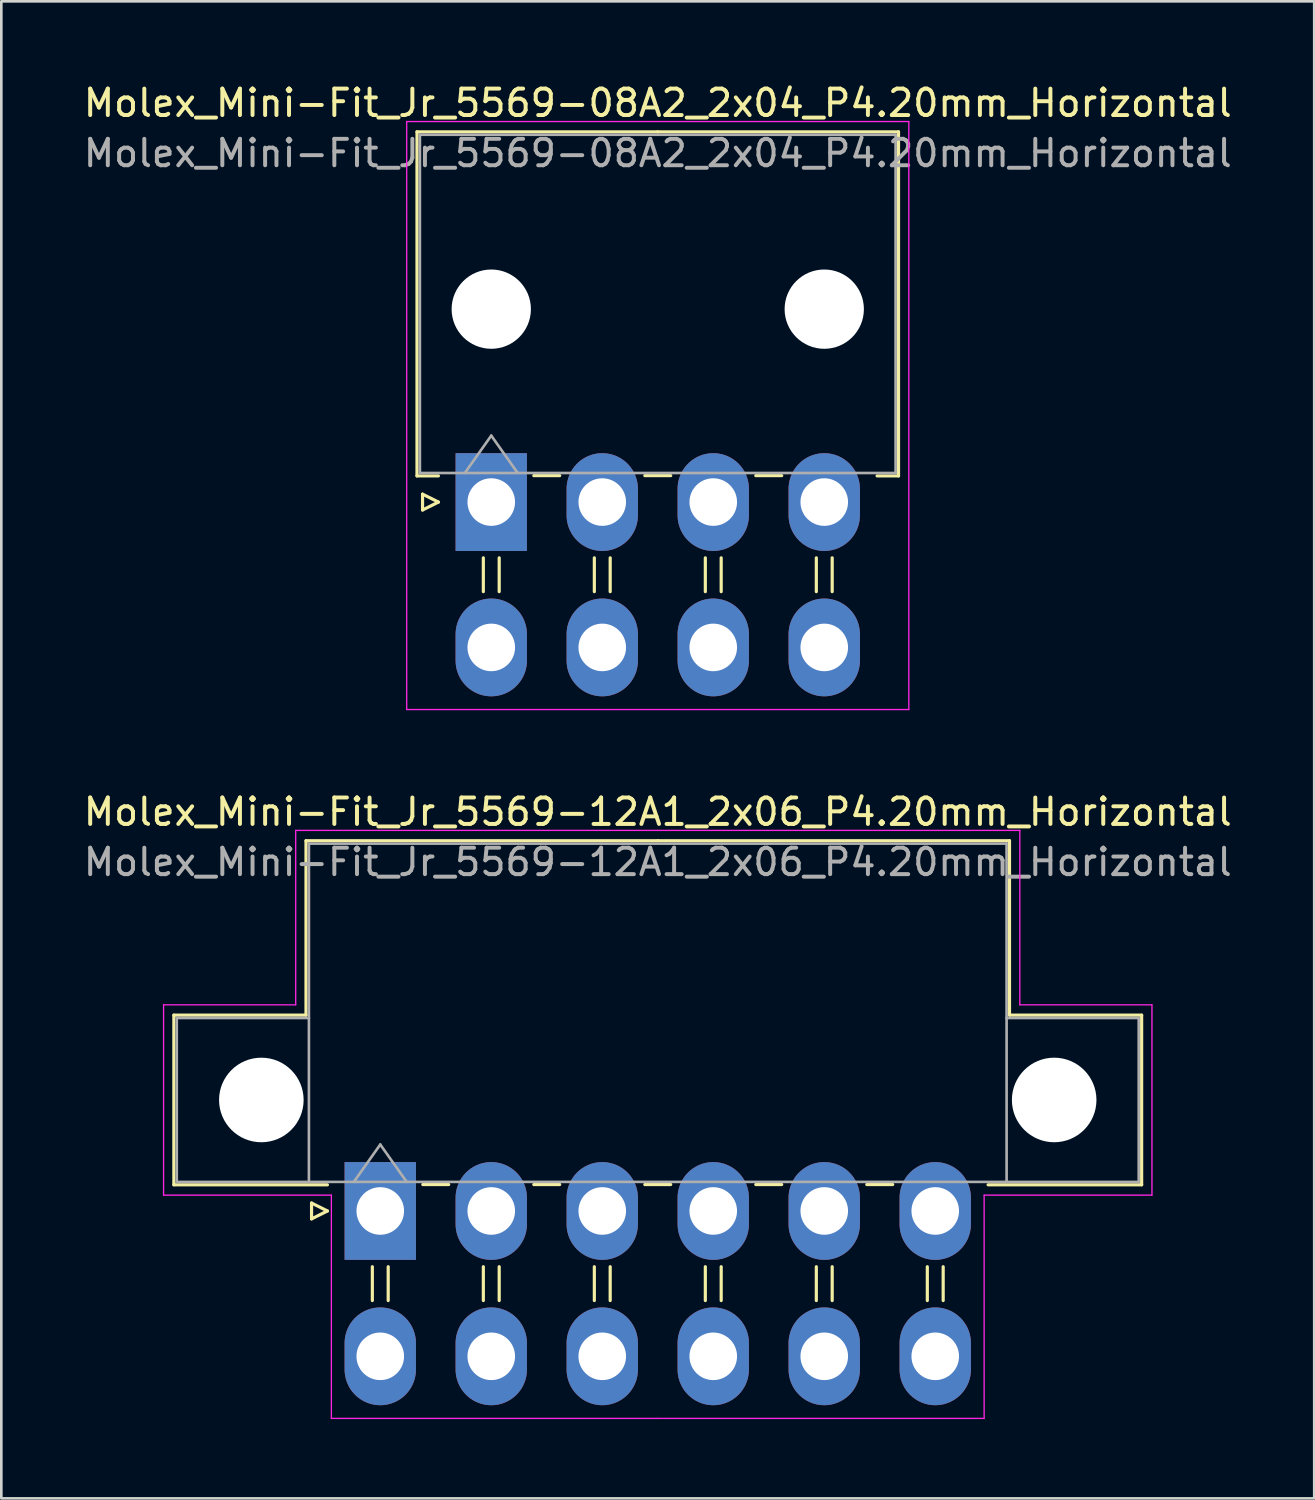
<source format=kicad_pcb>
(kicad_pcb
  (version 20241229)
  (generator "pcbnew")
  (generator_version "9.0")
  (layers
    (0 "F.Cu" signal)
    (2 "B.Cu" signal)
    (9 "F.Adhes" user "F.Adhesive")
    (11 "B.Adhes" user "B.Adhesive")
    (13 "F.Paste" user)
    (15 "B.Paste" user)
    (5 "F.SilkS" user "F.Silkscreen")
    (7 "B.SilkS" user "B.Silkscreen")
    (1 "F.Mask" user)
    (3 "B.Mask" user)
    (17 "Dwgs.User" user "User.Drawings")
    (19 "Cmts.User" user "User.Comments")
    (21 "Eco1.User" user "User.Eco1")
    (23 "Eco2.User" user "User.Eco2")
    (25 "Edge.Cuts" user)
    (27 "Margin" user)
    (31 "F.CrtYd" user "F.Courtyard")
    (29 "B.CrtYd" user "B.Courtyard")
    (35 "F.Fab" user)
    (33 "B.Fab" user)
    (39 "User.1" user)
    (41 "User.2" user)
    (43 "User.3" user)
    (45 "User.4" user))
  (footprint "Molex_Mini-Fit_Jr_5569-12A1_2x06_P4.20mm_Horizontal"
    (layer "F.Cu")
    (at 11.339 42.772)
    (property "Reference" "Molex_Mini-Fit_Jr_5569-12A1_2x06_P4.20mm_Horizontal" (at 10.5 -15.1 0) (layer "F.SilkS") (effects (font (size 1 1) (thickness 0.15))))
    (attr through_hole)
    (fp_line (start -7.81 -7.41) (end -7.81 -0.99) (stroke (width 0.12) (type solid)) (layer "F.SilkS"))
    (fp_line (start -7.81 -0.99) (end -2 -0.99) (stroke (width 0.12) (type solid)) (layer "F.SilkS"))
    (fp_line (start -2.81 -14.01) (end -2.81 -7.41) (stroke (width 0.12) (type solid)) (layer "F.SilkS"))
    (fp_line (start -2.81 -7.41) (end -7.81 -7.41) (stroke (width 0.12) (type solid)) (layer "F.SilkS"))
    (fp_line (start -2.6 -0.3) (end -2 0) (stroke (width 0.12) (type solid)) (layer "F.SilkS"))
    (fp_line (start -2.6 0.3) (end -2.6 -0.3) (stroke (width 0.12) (type solid)) (layer "F.SilkS"))
    (fp_line (start -2 0) (end -2.6 0.3) (stroke (width 0.12) (type solid)) (layer "F.SilkS"))
    (fp_line (start -0.3 2.11) (end -0.3 3.39) (stroke (width 0.12) (type solid)) (layer "F.SilkS"))
    (fp_line (start 0.3 2.11) (end 0.3 3.39) (stroke (width 0.12) (type solid)) (layer "F.SilkS"))
    (fp_line (start 1.61 -1) (end 2.59 -1) (stroke (width 0.12) (type solid)) (layer "F.SilkS"))
    (fp_line (start 3.9 2.11) (end 3.9 3.39) (stroke (width 0.12) (type solid)) (layer "F.SilkS"))
    (fp_line (start 4.5 2.11) (end 4.5 3.39) (stroke (width 0.12) (type solid)) (layer "F.SilkS"))
    (fp_line (start 5.81 -1) (end 6.79 -1) (stroke (width 0.12) (type solid)) (layer "F.SilkS"))
    (fp_line (start 8.1 2.11) (end 8.1 3.39) (stroke (width 0.12) (type solid)) (layer "F.SilkS"))
    (fp_line (start 8.7 2.11) (end 8.7 3.39) (stroke (width 0.12) (type solid)) (layer "F.SilkS"))
    (fp_line (start 10.01 -1) (end 10.99 -1) (stroke (width 0.12) (type solid)) (layer "F.SilkS"))
    (fp_line (start 10.5 -14.01) (end -2.81 -14.01) (stroke (width 0.12) (type solid)) (layer "F.SilkS"))
    (fp_line (start 10.5 -14.01) (end 23.81 -14.01) (stroke (width 0.12) (type solid)) (layer "F.SilkS"))
    (fp_line (start 12.3 2.11) (end 12.3 3.39) (stroke (width 0.12) (type solid)) (layer "F.SilkS"))
    (fp_line (start 12.9 2.11) (end 12.9 3.39) (stroke (width 0.12) (type solid)) (layer "F.SilkS"))
    (fp_line (start 14.21 -1) (end 15.19 -1) (stroke (width 0.12) (type solid)) (layer "F.SilkS"))
    (fp_line (start 16.5 2.11) (end 16.5 3.39) (stroke (width 0.12) (type solid)) (layer "F.SilkS"))
    (fp_line (start 17.1 2.11) (end 17.1 3.39) (stroke (width 0.12) (type solid)) (layer "F.SilkS"))
    (fp_line (start 18.41 -1) (end 19.39 -1) (stroke (width 0.12) (type solid)) (layer "F.SilkS"))
    (fp_line (start 20.7 2.11) (end 20.7 3.39) (stroke (width 0.12) (type solid)) (layer "F.SilkS"))
    (fp_line (start 21.3 2.11) (end 21.3 3.39) (stroke (width 0.12) (type solid)) (layer "F.SilkS"))
    (fp_line (start 23.81 -14.01) (end 23.81 -7.41) (stroke (width 0.12) (type solid)) (layer "F.SilkS"))
    (fp_line (start 23.81 -7.41) (end 28.81 -7.41) (stroke (width 0.12) (type solid)) (layer "F.SilkS"))
    (fp_line (start 28.81 -7.41) (end 28.81 -0.99) (stroke (width 0.12) (type solid)) (layer "F.SilkS"))
    (fp_line (start 28.81 -0.99) (end 23 -0.99) (stroke (width 0.12) (type solid)) (layer "F.SilkS"))
    (fp_line (start -8.2 -7.8) (end -8.2 -0.6) (stroke (width 0.05) (type solid)) (layer "F.CrtYd"))
    (fp_line (start -8.2 -0.6) (end -1.85 -0.6) (stroke (width 0.05) (type solid)) (layer "F.CrtYd"))
    (fp_line (start -3.2 -14.4) (end -3.2 -7.8) (stroke (width 0.05) (type solid)) (layer "F.CrtYd"))
    (fp_line (start -3.2 -7.8) (end -8.2 -7.8) (stroke (width 0.05) (type solid)) (layer "F.CrtYd"))
    (fp_line (start -1.85 -0.6) (end -1.85 7.85) (stroke (width 0.05) (type solid)) (layer "F.CrtYd"))
    (fp_line (start -1.85 7.85) (end 10.5 7.85) (stroke (width 0.05) (type solid)) (layer "F.CrtYd"))
    (fp_line (start 10.5 -14.4) (end -3.2 -14.4) (stroke (width 0.05) (type solid)) (layer "F.CrtYd"))
    (fp_line (start 10.5 -14.4) (end 24.2 -14.4) (stroke (width 0.05) (type solid)) (layer "F.CrtYd"))
    (fp_line (start 22.85 -0.6) (end 22.85 7.85) (stroke (width 0.05) (type solid)) (layer "F.CrtYd"))
    (fp_line (start 22.85 7.85) (end 10.5 7.85) (stroke (width 0.05) (type solid)) (layer "F.CrtYd"))
    (fp_line (start 24.2 -14.4) (end 24.2 -7.8) (stroke (width 0.05) (type solid)) (layer "F.CrtYd"))
    (fp_line (start 24.2 -7.8) (end 29.2 -7.8) (stroke (width 0.05) (type solid)) (layer "F.CrtYd"))
    (fp_line (start 29.2 -7.8) (end 29.2 -0.6) (stroke (width 0.05) (type solid)) (layer "F.CrtYd"))
    (fp_line (start 29.2 -0.6) (end 22.85 -0.6) (stroke (width 0.05) (type solid)) (layer "F.CrtYd"))
    (fp_line (start -7.7 -7.3) (end -7.7 -1.1) (stroke (width 0.1) (type solid)) (layer "F.Fab"))
    (fp_line (start -7.7 -1.1) (end -2.7 -1.1) (stroke (width 0.1) (type solid)) (layer "F.Fab"))
    (fp_line (start -2.7 -13.9) (end -2.7 -1.1) (stroke (width 0.1) (type solid)) (layer "F.Fab"))
    (fp_line (start -2.7 -7.3) (end -7.7 -7.3) (stroke (width 0.1) (type solid)) (layer "F.Fab"))
    (fp_line (start -2.7 -1.1) (end 23.7 -1.1) (stroke (width 0.1) (type solid)) (layer "F.Fab"))
    (fp_line (start -1 -1.1) (end 0 -2.514) (stroke (width 0.1) (type solid)) (layer "F.Fab"))
    (fp_line (start 0 -2.514) (end 1 -1.1) (stroke (width 0.1) (type solid)) (layer "F.Fab"))
    (fp_line (start 23.7 -13.9) (end -2.7 -13.9) (stroke (width 0.1) (type solid)) (layer "F.Fab"))
    (fp_line (start 23.7 -7.3) (end 28.7 -7.3) (stroke (width 0.1) (type solid)) (layer "F.Fab"))
    (fp_line (start 23.7 -1.1) (end 23.7 -13.9) (stroke (width 0.1) (type solid)) (layer "F.Fab"))
    (fp_line (start 28.7 -7.3) (end 28.7 -1.1) (stroke (width 0.1) (type solid)) (layer "F.Fab"))
    (fp_line (start 28.7 -1.1) (end 23.7 -1.1) (stroke (width 0.1) (type solid)) (layer "F.Fab"))
    (fp_text user "${REFERENCE}" (at 10.5 -13.2 0) (layer "F.Fab") (effects (font (size 1 1) (thickness 0.15))))
    (pad "" np_thru_hole circle (at -4.5 -4.2) (size 3.2 3.2) (drill 3.2) (layers "*.Cu" "*.Mask"))
    (pad "" np_thru_hole circle (at 25.5 -4.2) (size 3.2 3.2) (drill 3.2) (layers "*.Cu" "*.Mask"))
    (pad "1" thru_hole rect (at 0 0) (size 2.7 3.7) (drill 1.8) (layers "*.Cu" "*.Mask"))
    (pad "2" thru_hole oval (at 4.2 0) (size 2.7 3.7) (drill 1.8) (layers "*.Cu" "*.Mask"))
    (pad "3" thru_hole oval (at 8.4 0) (size 2.7 3.7) (drill 1.8) (layers "*.Cu" "*.Mask"))
    (pad "4" thru_hole oval (at 12.6 0) (size 2.7 3.7) (drill 1.8) (layers "*.Cu" "*.Mask"))
    (pad "5" thru_hole oval (at 16.8 0) (size 2.7 3.7) (drill 1.8) (layers "*.Cu" "*.Mask"))
    (pad "6" thru_hole oval (at 21 0) (size 2.7 3.7) (drill 1.8) (layers "*.Cu" "*.Mask"))
    (pad "7" thru_hole oval (at 0 5.5) (size 2.7 3.7) (drill 1.8) (layers "*.Cu" "*.Mask"))
    (pad "8" thru_hole oval (at 4.2 5.5) (size 2.7 3.7) (drill 1.8) (layers "*.Cu" "*.Mask"))
    (pad "9" thru_hole oval (at 8.4 5.5) (size 2.7 3.7) (drill 1.8) (layers "*.Cu" "*.Mask"))
    (pad "10" thru_hole oval (at 12.6 5.5) (size 2.7 3.7) (drill 1.8) (layers "*.Cu" "*.Mask"))
    (pad "11" thru_hole oval (at 16.8 5.5) (size 2.7 3.7) (drill 1.8) (layers "*.Cu" "*.Mask"))
    (pad "12" thru_hole oval (at 21 5.5) (size 2.7 3.7) (drill 1.8) (layers "*.Cu" "*.Mask")))
  (footprint "Molex_Mini-Fit_Jr_5569-08A2_2x04_P4.20mm_Horizontal"
    (layer "F.Cu")
    (at 15.539 15.948)
    (property "Reference" "Molex_Mini-Fit_Jr_5569-08A2_2x04_P4.20mm_Horizontal" (at 6.3 -15.1 0) (layer "F.SilkS") (effects (font (size 1 1) (thickness 0.15))))
    (attr through_hole)
    (fp_line (start -2.81 -14.01) (end 6.3 -14.01) (stroke (width 0.12) (type solid)) (layer "F.SilkS"))
    (fp_line (start -2.81 -0.99) (end -2.81 -14.01) (stroke (width 0.12) (type solid)) (layer "F.SilkS"))
    (fp_line (start -2.6 -0.3) (end -2 0) (stroke (width 0.12) (type solid)) (layer "F.SilkS"))
    (fp_line (start -2.6 0.3) (end -2.6 -0.3) (stroke (width 0.12) (type solid)) (layer "F.SilkS"))
    (fp_line (start -2 -0.99) (end -2.81 -0.99) (stroke (width 0.12) (type solid)) (layer "F.SilkS"))
    (fp_line (start -2 0) (end -2.6 0.3) (stroke (width 0.12) (type solid)) (layer "F.SilkS"))
    (fp_line (start -0.3 2.11) (end -0.3 3.39) (stroke (width 0.12) (type solid)) (layer "F.SilkS"))
    (fp_line (start 0.3 2.11) (end 0.3 3.39) (stroke (width 0.12) (type solid)) (layer "F.SilkS"))
    (fp_line (start 1.61 -1) (end 2.59 -1) (stroke (width 0.12) (type solid)) (layer "F.SilkS"))
    (fp_line (start 3.9 2.11) (end 3.9 3.39) (stroke (width 0.12) (type solid)) (layer "F.SilkS"))
    (fp_line (start 4.5 2.11) (end 4.5 3.39) (stroke (width 0.12) (type solid)) (layer "F.SilkS"))
    (fp_line (start 5.81 -1) (end 6.79 -1) (stroke (width 0.12) (type solid)) (layer "F.SilkS"))
    (fp_line (start 8.1 2.11) (end 8.1 3.39) (stroke (width 0.12) (type solid)) (layer "F.SilkS"))
    (fp_line (start 8.7 2.11) (end 8.7 3.39) (stroke (width 0.12) (type solid)) (layer "F.SilkS"))
    (fp_line (start 10.01 -1) (end 10.99 -1) (stroke (width 0.12) (type solid)) (layer "F.SilkS"))
    (fp_line (start 12.3 2.11) (end 12.3 3.39) (stroke (width 0.12) (type solid)) (layer "F.SilkS"))
    (fp_line (start 12.9 2.11) (end 12.9 3.39) (stroke (width 0.12) (type solid)) (layer "F.SilkS"))
    (fp_line (start 14.6 -0.99) (end 15.41 -0.99) (stroke (width 0.12) (type solid)) (layer "F.SilkS"))
    (fp_line (start 15.41 -14.01) (end 6.3 -14.01) (stroke (width 0.12) (type solid)) (layer "F.SilkS"))
    (fp_line (start 15.41 -0.99) (end 15.41 -14.01) (stroke (width 0.12) (type solid)) (layer "F.SilkS"))
    (fp_line (start -3.2 -14.4) (end -3.2 7.85) (stroke (width 0.05) (type solid)) (layer "F.CrtYd"))
    (fp_line (start -3.2 7.85) (end 15.8 7.85) (stroke (width 0.05) (type solid)) (layer "F.CrtYd"))
    (fp_line (start 15.8 -14.4) (end -3.2 -14.4) (stroke (width 0.05) (type solid)) (layer "F.CrtYd"))
    (fp_line (start 15.8 7.85) (end 15.8 -14.4) (stroke (width 0.05) (type solid)) (layer "F.CrtYd"))
    (fp_line (start -2.7 -13.9) (end -2.7 -1.1) (stroke (width 0.1) (type solid)) (layer "F.Fab"))
    (fp_line (start -2.7 -1.1) (end 15.3 -1.1) (stroke (width 0.1) (type solid)) (layer "F.Fab"))
    (fp_line (start -1 -1.1) (end 0 -2.514) (stroke (width 0.1) (type solid)) (layer "F.Fab"))
    (fp_line (start 0 -2.514) (end 1 -1.1) (stroke (width 0.1) (type solid)) (layer "F.Fab"))
    (fp_line (start 15.3 -13.9) (end -2.7 -13.9) (stroke (width 0.1) (type solid)) (layer "F.Fab"))
    (fp_line (start 15.3 -1.1) (end 15.3 -13.9) (stroke (width 0.1) (type solid)) (layer "F.Fab"))
    (fp_text user "${REFERENCE}" (at 6.3 -13.2 0) (layer "F.Fab") (effects (font (size 1 1) (thickness 0.15))))
    (pad "" np_thru_hole circle (at 0 -7.3) (size 3 3) (drill 3) (layers "*.Cu" "*.Mask"))
    (pad "" np_thru_hole circle (at 12.6 -7.3) (size 3 3) (drill 3) (layers "*.Cu" "*.Mask"))
    (pad "1" thru_hole rect (at 0 0) (size 2.7 3.7) (drill 1.8) (layers "*.Cu" "*.Mask"))
    (pad "2" thru_hole oval (at 4.2 0) (size 2.7 3.7) (drill 1.8) (layers "*.Cu" "*.Mask"))
    (pad "3" thru_hole oval (at 8.4 0) (size 2.7 3.7) (drill 1.8) (layers "*.Cu" "*.Mask"))
    (pad "4" thru_hole oval (at 12.6 0) (size 2.7 3.7) (drill 1.8) (layers "*.Cu" "*.Mask"))
    (pad "5" thru_hole oval (at 0 5.5) (size 2.7 3.7) (drill 1.8) (layers "*.Cu" "*.Mask"))
    (pad "6" thru_hole oval (at 4.2 5.5) (size 2.7 3.7) (drill 1.8) (layers "*.Cu" "*.Mask"))
    (pad "7" thru_hole oval (at 8.4 5.5) (size 2.7 3.7) (drill 1.8) (layers "*.Cu" "*.Mask"))
    (pad "8" thru_hole oval (at 12.6 5.5) (size 2.7 3.7) (drill 1.8) (layers "*.Cu" "*.Mask")))
  (gr_rect
    (start -3 -3)
    (end 46.679 53.647)
    (stroke (width 0.1) (type default))
    (fill no)
    (layer "Edge.Cuts")))
</source>
